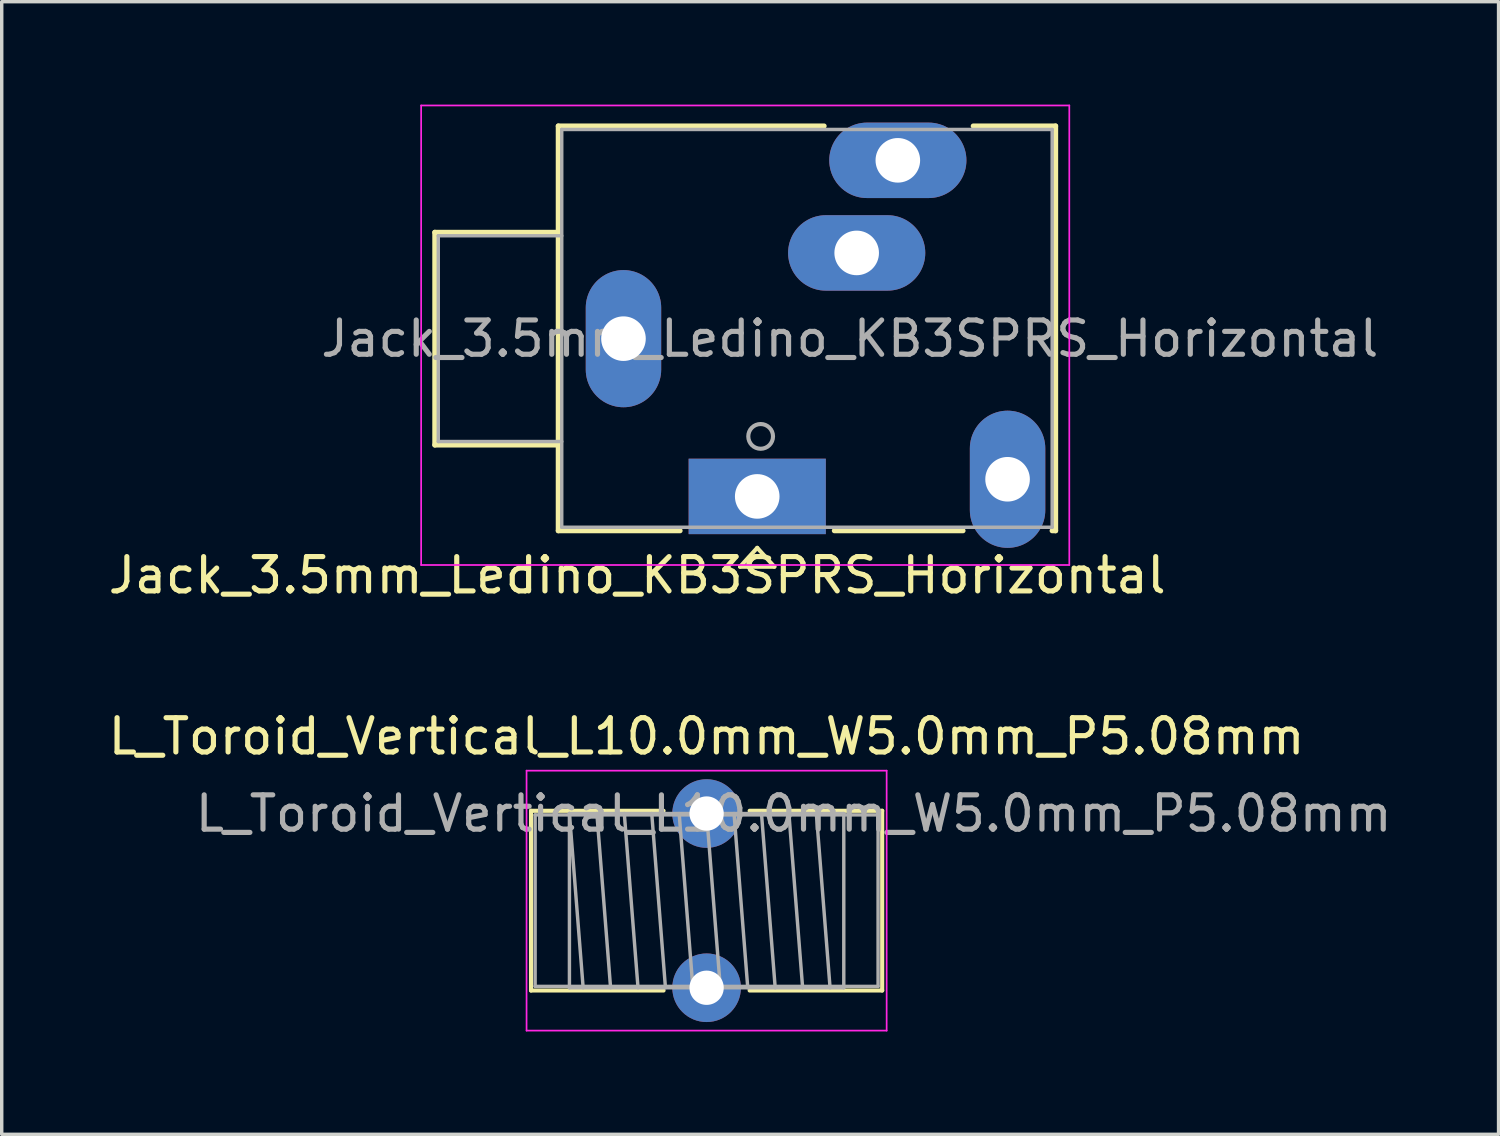
<source format=kicad_pcb>
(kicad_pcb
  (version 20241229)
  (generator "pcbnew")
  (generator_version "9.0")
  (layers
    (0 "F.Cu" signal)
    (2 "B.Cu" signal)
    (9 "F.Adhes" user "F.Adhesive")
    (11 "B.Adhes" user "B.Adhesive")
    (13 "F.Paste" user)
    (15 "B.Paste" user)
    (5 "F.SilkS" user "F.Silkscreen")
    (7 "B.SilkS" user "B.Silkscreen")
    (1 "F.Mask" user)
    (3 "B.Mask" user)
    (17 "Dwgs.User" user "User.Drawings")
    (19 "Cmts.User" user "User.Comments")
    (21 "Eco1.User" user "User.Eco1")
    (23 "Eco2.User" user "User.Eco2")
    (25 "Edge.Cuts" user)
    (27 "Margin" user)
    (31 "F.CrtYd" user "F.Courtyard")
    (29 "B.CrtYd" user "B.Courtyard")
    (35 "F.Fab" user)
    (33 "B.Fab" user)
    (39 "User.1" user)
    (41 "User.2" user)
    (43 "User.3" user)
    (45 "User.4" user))
  (footprint "Jack_3.5mm_Ledino_KB3SPRS_Horizontal"
    (layer "F.Cu")
    (at 19.03 11.425)
    (property "Reference" "Jack_3.5mm_Ledino_KB3SPRS_Horizontal" (at -3.5 2.3 0) (layer "F.SilkS") (effects (font (size 1 1) (thickness 0.15))))
    (attr through_hole)
    (fp_line (start -9.4 -7.7) (end -9.4 -1.5) (stroke (width 0.15) (type solid)) (layer "F.SilkS"))
    (fp_line (start -9.4 -1.5) (end -5.8 -1.5) (stroke (width 0.15) (type solid)) (layer "F.SilkS"))
    (fp_line (start -5.8 -10.8) (end 1.95 -10.8) (stroke (width 0.15) (type solid)) (layer "F.SilkS"))
    (fp_line (start -5.8 -7.7) (end -9.4 -7.7) (stroke (width 0.15) (type solid)) (layer "F.SilkS"))
    (fp_line (start -5.8 1) (end -5.8 -10.8) (stroke (width 0.15) (type solid)) (layer "F.SilkS"))
    (fp_line (start -2.25 1) (end -5.8 1) (stroke (width 0.15) (type solid)) (layer "F.SilkS"))
    (fp_line (start -0.5 2.05) (end 0.5 2.05) (stroke (width 0.12) (type solid)) (layer "F.SilkS"))
    (fp_line (start 0 1.5) (end -0.5 2.05) (stroke (width 0.12) (type solid)) (layer "F.SilkS"))
    (fp_line (start 0.5 2.05) (end 0 1.5) (stroke (width 0.12) (type solid)) (layer "F.SilkS"))
    (fp_line (start 6 1) (end 2.25 1) (stroke (width 0.15) (type solid)) (layer "F.SilkS"))
    (fp_line (start 6.3 -10.8) (end 8.7 -10.8) (stroke (width 0.15) (type solid)) (layer "F.SilkS"))
    (fp_line (start 8.7 -10.8) (end 8.7 1) (stroke (width 0.15) (type solid)) (layer "F.SilkS"))
    (fp_line (start 8.7 1) (end 8.6 1) (stroke (width 0.15) (type solid)) (layer "F.SilkS"))
    (fp_line (start -9.8 -11.4) (end -9.8 2) (stroke (width 0.05) (type solid)) (layer "F.CrtYd"))
    (fp_line (start -9.8 2) (end 9.1 2) (stroke (width 0.05) (type solid)) (layer "F.CrtYd"))
    (fp_line (start 9.1 -11.4) (end -9.8 -11.4) (stroke (width 0.05) (type solid)) (layer "F.CrtYd"))
    (fp_line (start 9.1 2) (end 9.1 -11.4) (stroke (width 0.05) (type solid)) (layer "F.CrtYd"))
    (fp_line (start -9.3 -7.6) (end -9.3 -1.6) (stroke (width 0.1) (type solid)) (layer "F.Fab"))
    (fp_line (start -9.3 -7.6) (end -5.7 -7.6) (stroke (width 0.1) (type solid)) (layer "F.Fab"))
    (fp_line (start -9.3 -1.6) (end -5.7 -1.6) (stroke (width 0.1) (type solid)) (layer "F.Fab"))
    (fp_line (start -5.7 -10.7) (end -5.7 0.9) (stroke (width 0.1) (type solid)) (layer "F.Fab"))
    (fp_line (start -5.7 0.9) (end 8.6 0.9) (stroke (width 0.1) (type solid)) (layer "F.Fab"))
    (fp_line (start 8.6 -10.7) (end -5.7 -10.7) (stroke (width 0.1) (type solid)) (layer "F.Fab"))
    (fp_line (start 8.6 0.9) (end 8.6 -10.7) (stroke (width 0.1) (type solid)) (layer "F.Fab"))
    (fp_circle (center 0.1 -1.75) (end 0.4 -1.55) (stroke (width 0.12) (type solid)) (fill no) (layer "F.Fab"))
    (fp_text user "${REFERENCE}" (at 2.7 -4.6 0) (layer "F.Fab") (effects (font (size 1 1) (thickness 0.15))))
    (pad "G" thru_hole oval (at -3.9 -4.6) (size 2.2 4) (drill 1.3) (layers "*.Cu" "*.Mask"))
    (pad "S" thru_hole oval (at 4.1 -9.8) (size 4 2.2) (drill 1.3) (layers "*.Cu" "*.Mask"))
    (pad "SN" thru_hole oval (at 2.9 -7.1) (size 4 2.2) (drill 1.3) (layers "*.Cu" "*.Mask"))
    (pad "T" thru_hole rect (at 0 0) (size 4 2.2) (drill 1.3) (layers "*.Cu" "*.Mask"))
    (pad "TN" thru_hole oval (at 7.3 -0.5 90) (size 4 2.2) (drill 1.3) (layers "*.Cu" "*.Mask")))
  (footprint "L_Toroid_Vertical_L10.0mm_W5.0mm_P5.08mm"
    (layer "F.Cu")
    (at 17.554 20.672)
    (property "Reference" "L_Toroid_Vertical_L10.0mm_W5.0mm_P5.08mm" (at 0 -2.25 0) (layer "F.SilkS") (effects (font (size 1 1) (thickness 0.15))))
    (attr through_hole)
    (fp_line (start -5.12 -0.08) (end -5.12 5.16) (stroke (width 0.12) (type solid)) (layer "F.SilkS"))
    (fp_line (start -5.12 -0.08) (end -1.255 -0.08) (stroke (width 0.12) (type solid)) (layer "F.SilkS"))
    (fp_line (start -5.12 5.16) (end -1.255 5.16) (stroke (width 0.12) (type solid)) (layer "F.SilkS"))
    (fp_line (start 1.255 -0.08) (end 5.12 -0.08) (stroke (width 0.12) (type solid)) (layer "F.SilkS"))
    (fp_line (start 1.255 5.16) (end 5.12 5.16) (stroke (width 0.12) (type solid)) (layer "F.SilkS"))
    (fp_line (start 5.12 -0.08) (end 5.12 5.16) (stroke (width 0.12) (type solid)) (layer "F.SilkS"))
    (fp_line (start -5.25 -1.25) (end -5.25 6.33) (stroke (width 0.05) (type solid)) (layer "F.CrtYd"))
    (fp_line (start -5.25 6.33) (end 5.25 6.33) (stroke (width 0.05) (type solid)) (layer "F.CrtYd"))
    (fp_line (start 5.25 -1.25) (end -5.25 -1.25) (stroke (width 0.05) (type solid)) (layer "F.CrtYd"))
    (fp_line (start 5.25 6.33) (end 5.25 -1.25) (stroke (width 0.05) (type solid)) (layer "F.CrtYd"))
    (fp_line (start -5 0.04) (end -5 5.04) (stroke (width 0.1) (type solid)) (layer "F.Fab"))
    (fp_line (start -5 5.04) (end 5 5.04) (stroke (width 0.1) (type solid)) (layer "F.Fab"))
    (fp_line (start -4 0) (end -4 5.08) (stroke (width 0.1) (type solid)) (layer "F.Fab"))
    (fp_line (start -4 0) (end -3.6 5.08) (stroke (width 0.1) (type solid)) (layer "F.Fab"))
    (fp_line (start -4 5.08) (end 4 5.08) (stroke (width 0.1) (type solid)) (layer "F.Fab"))
    (fp_line (start -3.2 0) (end -2.8 5.08) (stroke (width 0.1) (type solid)) (layer "F.Fab"))
    (fp_line (start -2.4 0) (end -2 5.08) (stroke (width 0.1) (type solid)) (layer "F.Fab"))
    (fp_line (start -1.6 0) (end -1.2 5.08) (stroke (width 0.1) (type solid)) (layer "F.Fab"))
    (fp_line (start -0.8 0) (end -0.4 5.08) (stroke (width 0.1) (type solid)) (layer "F.Fab"))
    (fp_line (start 0 0) (end 0.4 5.08) (stroke (width 0.1) (type solid)) (layer "F.Fab"))
    (fp_line (start 0.8 0) (end 1.2 5.08) (stroke (width 0.1) (type solid)) (layer "F.Fab"))
    (fp_line (start 1.6 0) (end 2 5.08) (stroke (width 0.1) (type solid)) (layer "F.Fab"))
    (fp_line (start 2.4 0) (end 2.8 5.08) (stroke (width 0.1) (type solid)) (layer "F.Fab"))
    (fp_line (start 3.2 0) (end 3.6 5.08) (stroke (width 0.1) (type solid)) (layer "F.Fab"))
    (fp_line (start 4 0) (end -4 0) (stroke (width 0.1) (type solid)) (layer "F.Fab"))
    (fp_line (start 4 5.08) (end 4 0) (stroke (width 0.1) (type solid)) (layer "F.Fab"))
    (fp_line (start 5 0.04) (end -5 0.04) (stroke (width 0.1) (type solid)) (layer "F.Fab"))
    (fp_line (start 5 5.04) (end 5 0.04) (stroke (width 0.1) (type solid)) (layer "F.Fab"))
    (fp_text user "${REFERENCE}" (at 2.54 0 0) (layer "F.Fab") (effects (font (size 1 1) (thickness 0.15))))
    (pad "1" thru_hole circle (at 0 0) (size 2 2) (drill 1) (layers "*.Cu" "*.Mask"))
    (pad "2" thru_hole circle (at 0 5.08) (size 2 2) (drill 1) (layers "*.Cu" "*.Mask")))
  (gr_rect
    (start -3 -3)
    (end 40.647 30.026)
    (stroke (width 0.1) (type default))
    (fill no)
    (layer "Edge.Cuts")))
</source>
